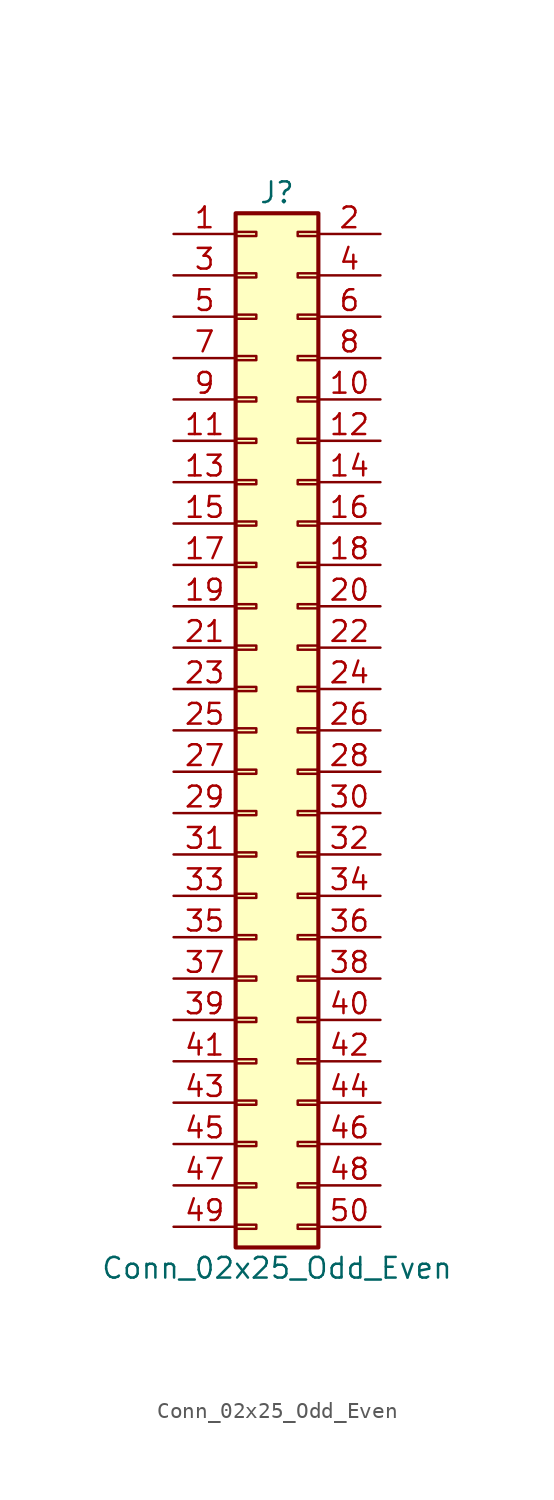
<source format=kicad_sym>
(kicad_symbol_lib
  (version 20220914)
  (generator kicad_symbol_editor)
  (symbol "Conn_02x25_Odd_Even"
    (pin_names
      (offset 1.016) hide)
    (property "Reference" "J"
      (at 1.27 33.02 0)
      (effects (font (size 1.27 1.27))))
    (property "Value" "Conn_02x25_Odd_Even"
      (at 1.27 -33.02 0)
      (effects (font (size 1.27 1.27))))
    (symbol "Conn_02x25_Odd_Even_1_1"
      (rectangle (start -1.27 -30.353) (end 0 -30.607) (stroke (width 0.152) (type solid)) (fill (type none)))
      (rectangle (start -1.27 -27.813) (end 0 -28.067) (stroke (width 0.152) (type solid)) (fill (type none)))
      (rectangle (start -1.27 -25.273) (end 0 -25.527) (stroke (width 0.152) (type solid)) (fill (type none)))
      (rectangle (start -1.27 -22.733) (end 0 -22.987) (stroke (width 0.152) (type solid)) (fill (type none)))
      (rectangle (start -1.27 -20.193) (end 0 -20.447) (stroke (width 0.152) (type solid)) (fill (type none)))
      (rectangle (start -1.27 -17.653) (end 0 -17.907) (stroke (width 0.152) (type solid)) (fill (type none)))
      (rectangle (start -1.27 -15.113) (end 0 -15.367) (stroke (width 0.152) (type solid)) (fill (type none)))
      (rectangle (start -1.27 -12.573) (end 0 -12.827) (stroke (width 0.152) (type solid)) (fill (type none)))
      (rectangle (start -1.27 -10.033) (end 0 -10.287) (stroke (width 0.152) (type solid)) (fill (type none)))
      (rectangle (start -1.27 -7.493) (end 0 -7.747) (stroke (width 0.152) (type solid)) (fill (type none)))
      (rectangle (start -1.27 -4.953) (end 0 -5.207) (stroke (width 0.152) (type solid)) (fill (type none)))
      (rectangle (start -1.27 -2.413) (end 0 -2.667) (stroke (width 0.152) (type solid)) (fill (type none)))
      (rectangle (start -1.27 0.127) (end 0 -0.127) (stroke (width 0.152) (type solid)) (fill (type none)))
      (rectangle (start -1.27 2.667) (end 0 2.413) (stroke (width 0.152) (type solid)) (fill (type none)))
      (rectangle (start -1.27 5.207) (end 0 4.953) (stroke (width 0.152) (type solid)) (fill (type none)))
      (rectangle (start -1.27 7.747) (end 0 7.493) (stroke (width 0.152) (type solid)) (fill (type none)))
      (rectangle (start -1.27 10.287) (end 0 10.033) (stroke (width 0.152) (type solid)) (fill (type none)))
      (rectangle (start -1.27 12.827) (end 0 12.573) (stroke (width 0.152) (type solid)) (fill (type none)))
      (rectangle (start -1.27 15.367) (end 0 15.113) (stroke (width 0.152) (type solid)) (fill (type none)))
      (rectangle (start -1.27 17.907) (end 0 17.653) (stroke (width 0.152) (type solid)) (fill (type none)))
      (rectangle (start -1.27 20.447) (end 0 20.193) (stroke (width 0.152) (type solid)) (fill (type none)))
      (rectangle (start -1.27 22.987) (end 0 22.733) (stroke (width 0.152) (type solid)) (fill (type none)))
      (rectangle (start -1.27 25.527) (end 0 25.273) (stroke (width 0.152) (type solid)) (fill (type none)))
      (rectangle (start -1.27 28.067) (end 0 27.813) (stroke (width 0.152) (type solid)) (fill (type none)))
      (rectangle (start -1.27 30.607) (end 0 30.353) (stroke (width 0.152) (type solid)) (fill (type none)))
      (rectangle (start -1.27 31.75) (end 3.81 -31.75) (stroke (width 0.254) (type solid)) (fill (type background)))
      (rectangle (start 3.81 -30.353) (end 2.54 -30.607) (stroke (width 0.152) (type solid)) (fill (type none)))
      (rectangle (start 3.81 -27.813) (end 2.54 -28.067) (stroke (width 0.152) (type solid)) (fill (type none)))
      (rectangle (start 3.81 -25.273) (end 2.54 -25.527) (stroke (width 0.152) (type solid)) (fill (type none)))
      (rectangle (start 3.81 -22.733) (end 2.54 -22.987) (stroke (width 0.152) (type solid)) (fill (type none)))
      (rectangle (start 3.81 -20.193) (end 2.54 -20.447) (stroke (width 0.152) (type solid)) (fill (type none)))
      (rectangle (start 3.81 -17.653) (end 2.54 -17.907) (stroke (width 0.152) (type solid)) (fill (type none)))
      (rectangle (start 3.81 -15.113) (end 2.54 -15.367) (stroke (width 0.152) (type solid)) (fill (type none)))
      (rectangle (start 3.81 -12.573) (end 2.54 -12.827) (stroke (width 0.152) (type solid)) (fill (type none)))
      (rectangle (start 3.81 -10.033) (end 2.54 -10.287) (stroke (width 0.152) (type solid)) (fill (type none)))
      (rectangle (start 3.81 -7.493) (end 2.54 -7.747) (stroke (width 0.152) (type solid)) (fill (type none)))
      (rectangle (start 3.81 -4.953) (end 2.54 -5.207) (stroke (width 0.152) (type solid)) (fill (type none)))
      (rectangle (start 3.81 -2.413) (end 2.54 -2.667) (stroke (width 0.152) (type solid)) (fill (type none)))
      (rectangle (start 3.81 0.127) (end 2.54 -0.127) (stroke (width 0.152) (type solid)) (fill (type none)))
      (rectangle (start 3.81 2.667) (end 2.54 2.413) (stroke (width 0.152) (type solid)) (fill (type none)))
      (rectangle (start 3.81 5.207) (end 2.54 4.953) (stroke (width 0.152) (type solid)) (fill (type none)))
      (rectangle (start 3.81 7.747) (end 2.54 7.493) (stroke (width 0.152) (type solid)) (fill (type none)))
      (rectangle (start 3.81 10.287) (end 2.54 10.033) (stroke (width 0.152) (type solid)) (fill (type none)))
      (rectangle (start 3.81 12.827) (end 2.54 12.573) (stroke (width 0.152) (type solid)) (fill (type none)))
      (rectangle (start 3.81 15.367) (end 2.54 15.113) (stroke (width 0.152) (type solid)) (fill (type none)))
      (rectangle (start 3.81 17.907) (end 2.54 17.653) (stroke (width 0.152) (type solid)) (fill (type none)))
      (rectangle (start 3.81 20.447) (end 2.54 20.193) (stroke (width 0.152) (type solid)) (fill (type none)))
      (rectangle (start 3.81 22.987) (end 2.54 22.733) (stroke (width 0.152) (type solid)) (fill (type none)))
      (rectangle (start 3.81 25.527) (end 2.54 25.273) (stroke (width 0.152) (type solid)) (fill (type none)))
      (rectangle (start 3.81 28.067) (end 2.54 27.813) (stroke (width 0.152) (type solid)) (fill (type none)))
      (rectangle (start 3.81 30.607) (end 2.54 30.353) (stroke (width 0.152) (type solid)) (fill (type none)))
      (pin passive line (at -5.08 30.48 0) (length 3.81) (name "Pin_1" (effects (font (size 1.27 1.27)))) (number "1" (effects (font (size 1.27 1.27)))))
      (pin passive line (at 7.62 20.32 180) (length 3.81) (name "Pin_10" (effects (font (size 1.27 1.27)))) (number "10" (effects (font (size 1.27 1.27)))))
      (pin passive line (at -5.08 17.78 0) (length 3.81) (name "Pin_11" (effects (font (size 1.27 1.27)))) (number "11" (effects (font (size 1.27 1.27)))))
      (pin passive line (at 7.62 17.78 180) (length 3.81) (name "Pin_12" (effects (font (size 1.27 1.27)))) (number "12" (effects (font (size 1.27 1.27)))))
      (pin passive line (at -5.08 15.24 0) (length 3.81) (name "Pin_13" (effects (font (size 1.27 1.27)))) (number "13" (effects (font (size 1.27 1.27)))))
      (pin passive line (at 7.62 15.24 180) (length 3.81) (name "Pin_14" (effects (font (size 1.27 1.27)))) (number "14" (effects (font (size 1.27 1.27)))))
      (pin passive line (at -5.08 12.7 0) (length 3.81) (name "Pin_15" (effects (font (size 1.27 1.27)))) (number "15" (effects (font (size 1.27 1.27)))))
      (pin passive line (at 7.62 12.7 180) (length 3.81) (name "Pin_16" (effects (font (size 1.27 1.27)))) (number "16" (effects (font (size 1.27 1.27)))))
      (pin passive line (at -5.08 10.16 0) (length 3.81) (name "Pin_17" (effects (font (size 1.27 1.27)))) (number "17" (effects (font (size 1.27 1.27)))))
      (pin passive line (at 7.62 10.16 180) (length 3.81) (name "Pin_18" (effects (font (size 1.27 1.27)))) (number "18" (effects (font (size 1.27 1.27)))))
      (pin passive line (at -5.08 7.62 0) (length 3.81) (name "Pin_19" (effects (font (size 1.27 1.27)))) (number "19" (effects (font (size 1.27 1.27)))))
      (pin passive line (at 7.62 30.48 180) (length 3.81) (name "Pin_2" (effects (font (size 1.27 1.27)))) (number "2" (effects (font (size 1.27 1.27)))))
      (pin passive line (at 7.62 7.62 180) (length 3.81) (name "Pin_20" (effects (font (size 1.27 1.27)))) (number "20" (effects (font (size 1.27 1.27)))))
      (pin passive line (at -5.08 5.08 0) (length 3.81) (name "Pin_21" (effects (font (size 1.27 1.27)))) (number "21" (effects (font (size 1.27 1.27)))))
      (pin passive line (at 7.62 5.08 180) (length 3.81) (name "Pin_22" (effects (font (size 1.27 1.27)))) (number "22" (effects (font (size 1.27 1.27)))))
      (pin passive line (at -5.08 2.54 0) (length 3.81) (name "Pin_23" (effects (font (size 1.27 1.27)))) (number "23" (effects (font (size 1.27 1.27)))))
      (pin passive line (at 7.62 2.54 180) (length 3.81) (name "Pin_24" (effects (font (size 1.27 1.27)))) (number "24" (effects (font (size 1.27 1.27)))))
      (pin passive line (at -5.08 0 0) (length 3.81) (name "Pin_25" (effects (font (size 1.27 1.27)))) (number "25" (effects (font (size 1.27 1.27)))))
      (pin passive line (at 7.62 0 180) (length 3.81) (name "Pin_26" (effects (font (size 1.27 1.27)))) (number "26" (effects (font (size 1.27 1.27)))))
      (pin passive line (at -5.08 -2.54 0) (length 3.81) (name "Pin_27" (effects (font (size 1.27 1.27)))) (number "27" (effects (font (size 1.27 1.27)))))
      (pin passive line (at 7.62 -2.54 180) (length 3.81) (name "Pin_28" (effects (font (size 1.27 1.27)))) (number "28" (effects (font (size 1.27 1.27)))))
      (pin passive line (at -5.08 -5.08 0) (length 3.81) (name "Pin_29" (effects (font (size 1.27 1.27)))) (number "29" (effects (font (size 1.27 1.27)))))
      (pin passive line (at -5.08 27.94 0) (length 3.81) (name "Pin_3" (effects (font (size 1.27 1.27)))) (number "3" (effects (font (size 1.27 1.27)))))
      (pin passive line (at 7.62 -5.08 180) (length 3.81) (name "Pin_30" (effects (font (size 1.27 1.27)))) (number "30" (effects (font (size 1.27 1.27)))))
      (pin passive line (at -5.08 -7.62 0) (length 3.81) (name "Pin_31" (effects (font (size 1.27 1.27)))) (number "31" (effects (font (size 1.27 1.27)))))
      (pin passive line (at 7.62 -7.62 180) (length 3.81) (name "Pin_32" (effects (font (size 1.27 1.27)))) (number "32" (effects (font (size 1.27 1.27)))))
      (pin passive line (at -5.08 -10.16 0) (length 3.81) (name "Pin_33" (effects (font (size 1.27 1.27)))) (number "33" (effects (font (size 1.27 1.27)))))
      (pin passive line (at 7.62 -10.16 180) (length 3.81) (name "Pin_34" (effects (font (size 1.27 1.27)))) (number "34" (effects (font (size 1.27 1.27)))))
      (pin passive line (at -5.08 -12.7 0) (length 3.81) (name "Pin_35" (effects (font (size 1.27 1.27)))) (number "35" (effects (font (size 1.27 1.27)))))
      (pin passive line (at 7.62 -12.7 180) (length 3.81) (name "Pin_36" (effects (font (size 1.27 1.27)))) (number "36" (effects (font (size 1.27 1.27)))))
      (pin passive line (at -5.08 -15.24 0) (length 3.81) (name "Pin_37" (effects (font (size 1.27 1.27)))) (number "37" (effects (font (size 1.27 1.27)))))
      (pin passive line (at 7.62 -15.24 180) (length 3.81) (name "Pin_38" (effects (font (size 1.27 1.27)))) (number "38" (effects (font (size 1.27 1.27)))))
      (pin passive line (at -5.08 -17.78 0) (length 3.81) (name "Pin_39" (effects (font (size 1.27 1.27)))) (number "39" (effects (font (size 1.27 1.27)))))
      (pin passive line (at 7.62 27.94 180) (length 3.81) (name "Pin_4" (effects (font (size 1.27 1.27)))) (number "4" (effects (font (size 1.27 1.27)))))
      (pin passive line (at 7.62 -17.78 180) (length 3.81) (name "Pin_40" (effects (font (size 1.27 1.27)))) (number "40" (effects (font (size 1.27 1.27)))))
      (pin passive line (at -5.08 -20.32 0) (length 3.81) (name "Pin_41" (effects (font (size 1.27 1.27)))) (number "41" (effects (font (size 1.27 1.27)))))
      (pin passive line (at 7.62 -20.32 180) (length 3.81) (name "Pin_42" (effects (font (size 1.27 1.27)))) (number "42" (effects (font (size 1.27 1.27)))))
      (pin passive line (at -5.08 -22.86 0) (length 3.81) (name "Pin_43" (effects (font (size 1.27 1.27)))) (number "43" (effects (font (size 1.27 1.27)))))
      (pin passive line (at 7.62 -22.86 180) (length 3.81) (name "Pin_44" (effects (font (size 1.27 1.27)))) (number "44" (effects (font (size 1.27 1.27)))))
      (pin passive line (at -5.08 -25.4 0) (length 3.81) (name "Pin_45" (effects (font (size 1.27 1.27)))) (number "45" (effects (font (size 1.27 1.27)))))
      (pin passive line (at 7.62 -25.4 180) (length 3.81) (name "Pin_46" (effects (font (size 1.27 1.27)))) (number "46" (effects (font (size 1.27 1.27)))))
      (pin passive line (at -5.08 -27.94 0) (length 3.81) (name "Pin_47" (effects (font (size 1.27 1.27)))) (number "47" (effects (font (size 1.27 1.27)))))
      (pin passive line (at 7.62 -27.94 180) (length 3.81) (name "Pin_48" (effects (font (size 1.27 1.27)))) (number "48" (effects (font (size 1.27 1.27)))))
      (pin passive line (at -5.08 -30.48 0) (length 3.81) (name "Pin_49" (effects (font (size 1.27 1.27)))) (number "49" (effects (font (size 1.27 1.27)))))
      (pin passive line (at -5.08 25.4 0) (length 3.81) (name "Pin_5" (effects (font (size 1.27 1.27)))) (number "5" (effects (font (size 1.27 1.27)))))
      (pin passive line (at 7.62 -30.48 180) (length 3.81) (name "Pin_50" (effects (font (size 1.27 1.27)))) (number "50" (effects (font (size 1.27 1.27)))))
      (pin passive line (at 7.62 25.4 180) (length 3.81) (name "Pin_6" (effects (font (size 1.27 1.27)))) (number "6" (effects (font (size 1.27 1.27)))))
      (pin passive line (at -5.08 22.86 0) (length 3.81) (name "Pin_7" (effects (font (size 1.27 1.27)))) (number "7" (effects (font (size 1.27 1.27)))))
      (pin passive line (at 7.62 22.86 180) (length 3.81) (name "Pin_8" (effects (font (size 1.27 1.27)))) (number "8" (effects (font (size 1.27 1.27)))))
      (pin passive line (at -5.08 20.32 0) (length 3.81) (name "Pin_9" (effects (font (size 1.27 1.27)))) (number "9" (effects (font (size 1.27 1.27))))))))
</source>
